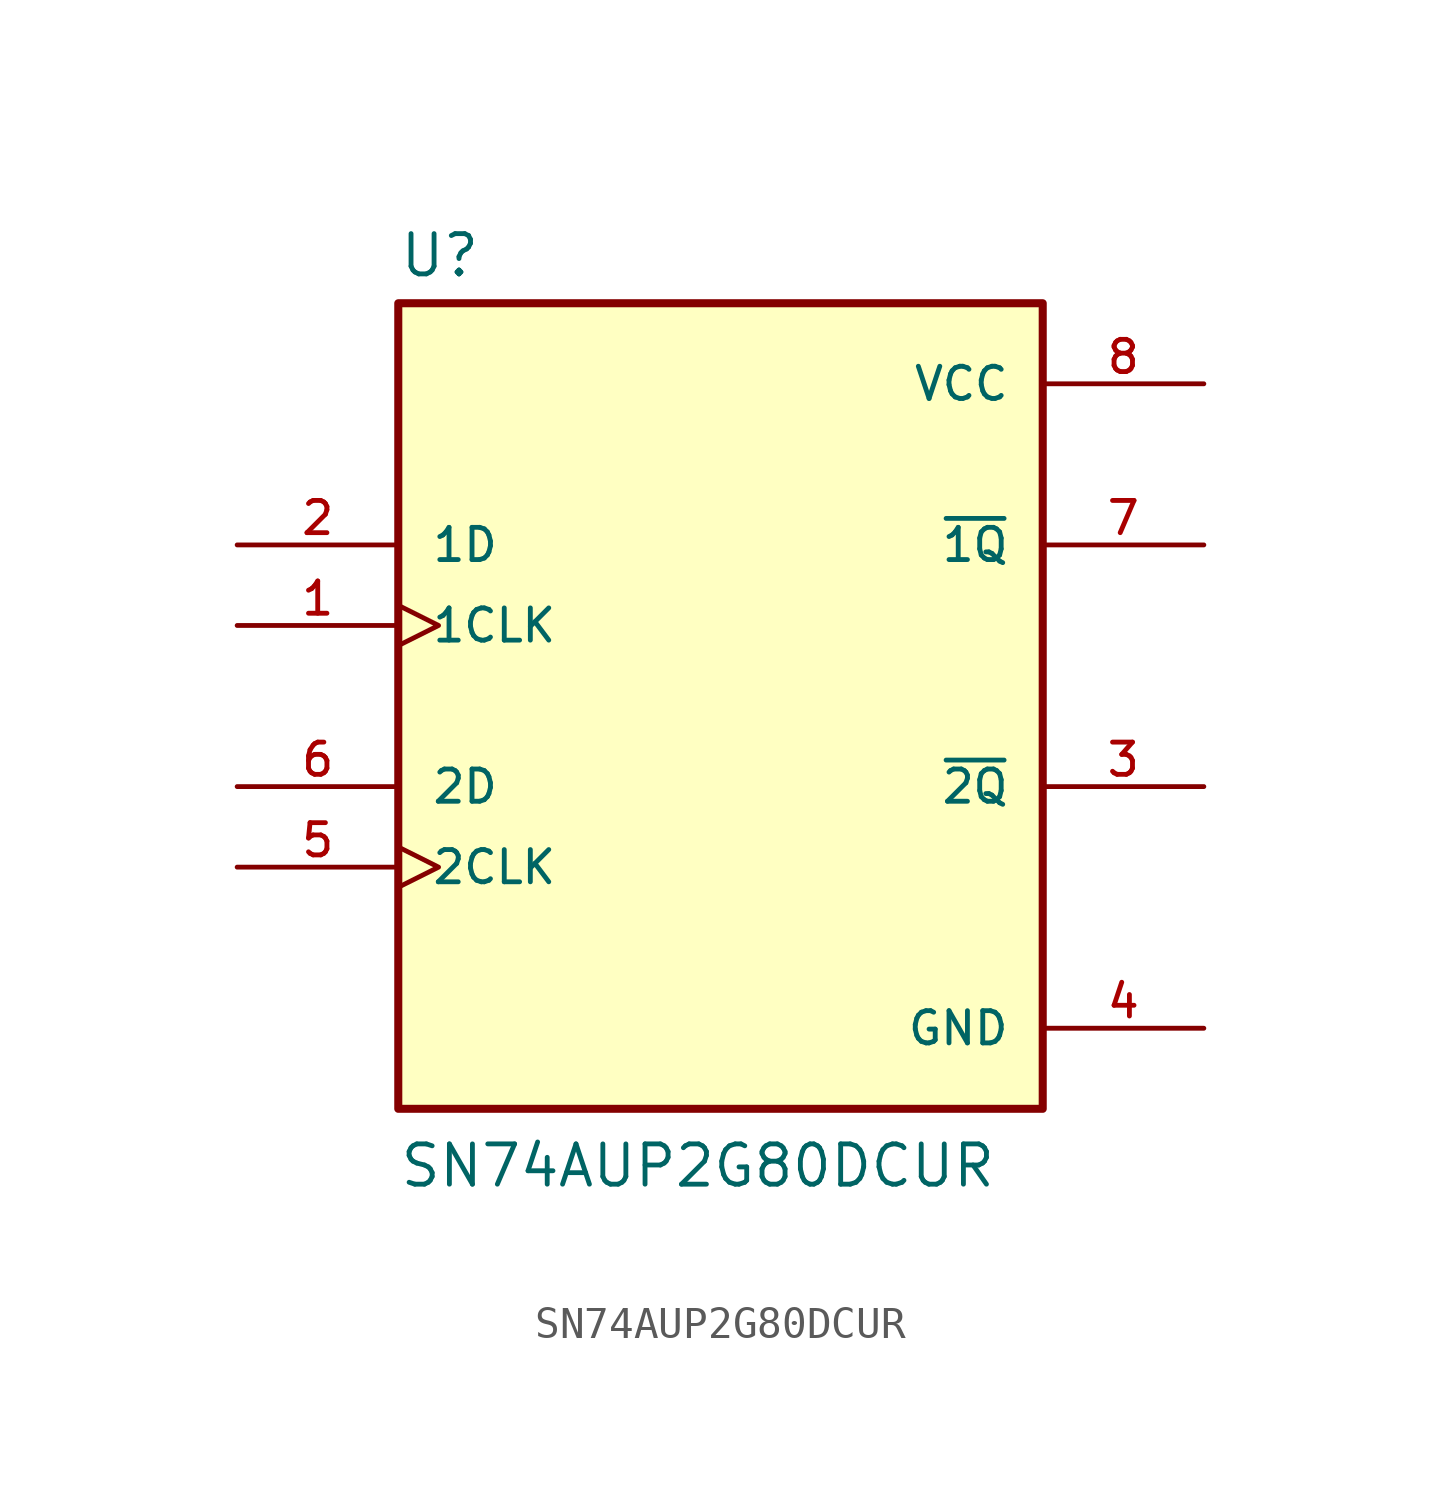
<source format=kicad_sym>
(kicad_symbol_lib
  (version 20211014)
  (generator kicad_symbol_editor)
  (symbol "SN74AUP2G80DCUR"
    (pin_names
      (offset 1.016))
    (property "Reference" "U"
      (at -10.16 13.462 0)
      (effects (font (size 1.27 1.27)) (justify bottom left)))
    (property "Value" "SN74AUP2G80DCUR"
      (at -10.16 -15.24 0)
      (effects (font (size 1.27 1.27)) (justify bottom left)))
    (symbol "SN74AUP2G80DCUR_0_0"
      (rectangle (start -10.16 -12.7) (end 10.16 12.7) (stroke (width 0.254)) (fill (type background)))
      (pin input clock (at -15.24 2.54 0) (length 5.08) (name "1CLK" (effects (font (size 1.016 1.016)))) (number "1" (effects (font (size 1.016 1.016)))))
      (pin input line (at -15.24 5.08 0) (length 5.08) (name "1D" (effects (font (size 1.016 1.016)))) (number "2" (effects (font (size 1.016 1.016)))))
      (pin output line (at 15.24 -2.54 180.0) (length 5.08) (name "~{2Q}" (effects (font (size 1.016 1.016)))) (number "3" (effects (font (size 1.016 1.016)))))
      (pin passive line (at 15.24 -10.16 180.0) (length 5.08) (name "GND" (effects (font (size 1.016 1.016)))) (number "4" (effects (font (size 1.016 1.016)))))
      (pin input clock (at -15.24 -5.08 0) (length 5.08) (name "2CLK" (effects (font (size 1.016 1.016)))) (number "5" (effects (font (size 1.016 1.016)))))
      (pin input line (at -15.24 -2.54 0) (length 5.08) (name "2D" (effects (font (size 1.016 1.016)))) (number "6" (effects (font (size 1.016 1.016)))))
      (pin output line (at 15.24 5.08 180.0) (length 5.08) (name "~{1Q}" (effects (font (size 1.016 1.016)))) (number "7" (effects (font (size 1.016 1.016)))))
      (pin power_in line (at 15.24 10.16 180.0) (length 5.08) (name "VCC" (effects (font (size 1.016 1.016)))) (number "8" (effects (font (size 1.016 1.016))))))))
</source>
